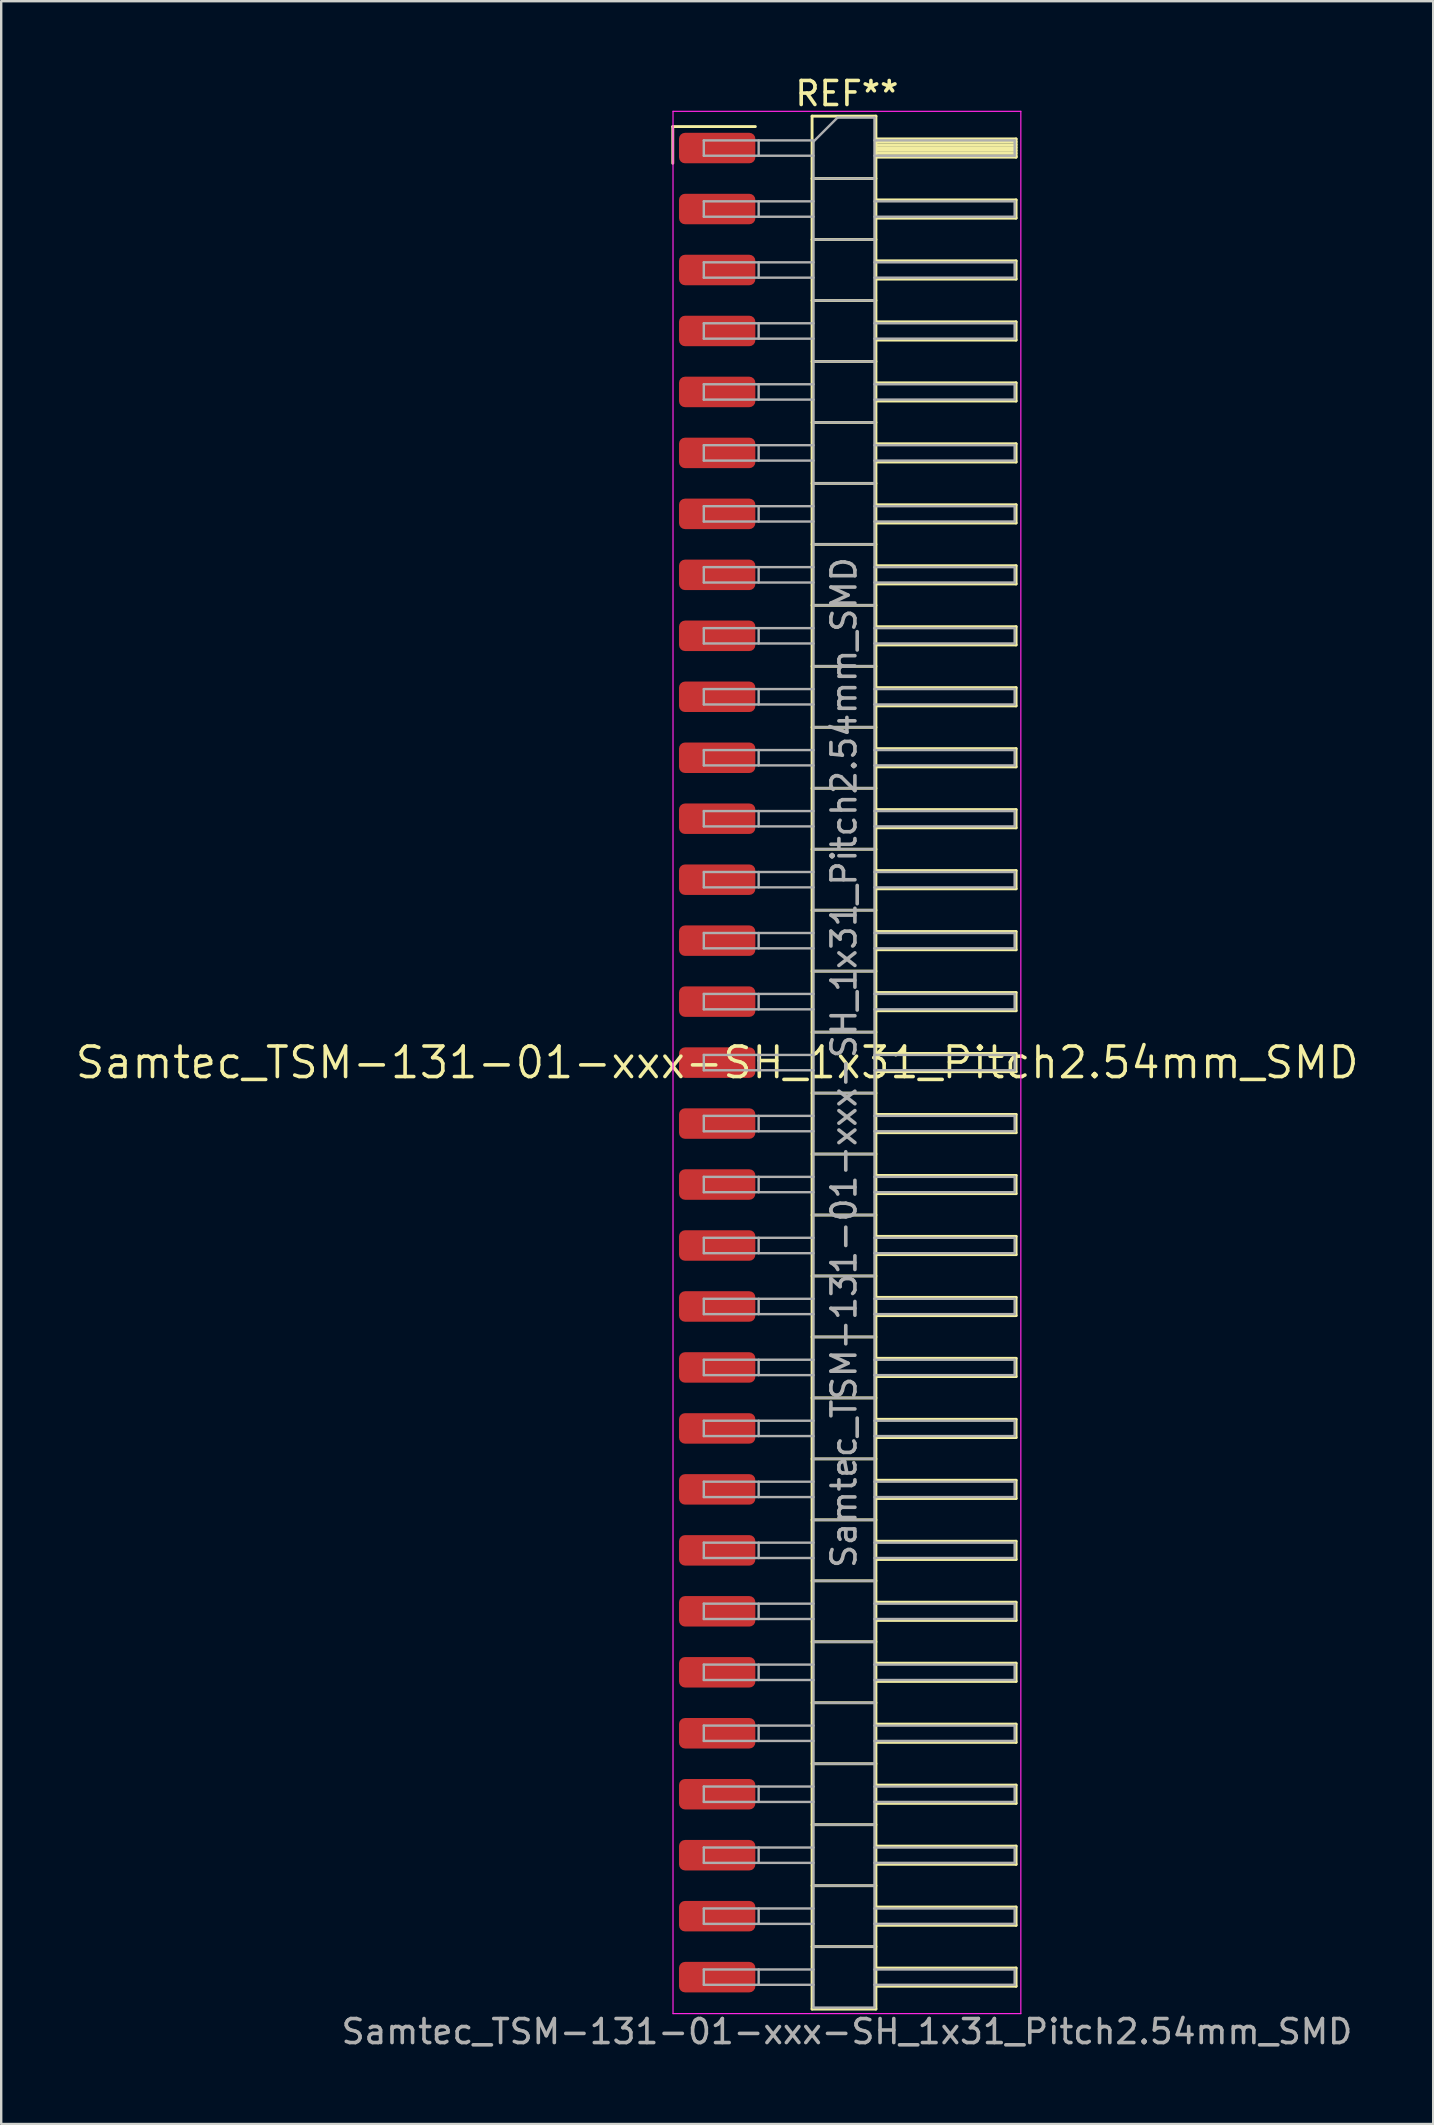
<source format=kicad_pcb>
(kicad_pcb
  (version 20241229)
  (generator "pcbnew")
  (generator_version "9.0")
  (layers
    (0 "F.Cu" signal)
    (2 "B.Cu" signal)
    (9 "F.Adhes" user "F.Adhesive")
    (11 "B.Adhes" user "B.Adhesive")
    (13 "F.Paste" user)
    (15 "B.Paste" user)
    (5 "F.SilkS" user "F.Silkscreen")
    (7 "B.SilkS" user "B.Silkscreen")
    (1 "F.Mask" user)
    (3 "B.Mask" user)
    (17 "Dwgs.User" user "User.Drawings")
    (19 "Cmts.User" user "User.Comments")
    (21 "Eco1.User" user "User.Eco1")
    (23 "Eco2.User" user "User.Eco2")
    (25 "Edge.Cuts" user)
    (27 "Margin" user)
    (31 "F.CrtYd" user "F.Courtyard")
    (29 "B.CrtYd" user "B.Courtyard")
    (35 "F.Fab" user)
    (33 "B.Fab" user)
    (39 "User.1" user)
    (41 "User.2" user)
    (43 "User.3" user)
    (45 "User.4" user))
  (footprint "Samtec_TSM-131-01-xxx-SH_1x31_Pitch2.54mm_SMD"
    (layer "F.Cu")
    (at 26.828 41.218)
    (property "Reference" "Samtec_TSM-131-01-xxx-SH_1x31_Pitch2.54mm_SMD" (at 0 0 0) (layer "F.SilkS") (effects (font (size 1.27 1.27) (thickness 0.15))))
    (attr smd)
    (fp_line (start -1.85 -38.995) (end 1.59 -38.995) (stroke (width 0.12) (type solid)) (layer "F.SilkS"))
    (fp_line (start -1.85 -37.465) (end -1.85 -38.995) (stroke (width 0.12) (type solid)) (layer "F.SilkS"))
    (fp_line (start 3.953 -39.43) (end 6.613 -39.43) (stroke (width 0.12) (type solid)) (layer "F.SilkS"))
    (fp_line (start 3.953 -36.83) (end 6.613 -36.83) (stroke (width 0.12) (type solid)) (layer "F.SilkS"))
    (fp_line (start 3.953 -34.29) (end 6.613 -34.29) (stroke (width 0.12) (type solid)) (layer "F.SilkS"))
    (fp_line (start 3.953 -31.75) (end 6.613 -31.75) (stroke (width 0.12) (type solid)) (layer "F.SilkS"))
    (fp_line (start 3.953 -29.21) (end 6.613 -29.21) (stroke (width 0.12) (type solid)) (layer "F.SilkS"))
    (fp_line (start 3.953 -26.67) (end 6.613 -26.67) (stroke (width 0.12) (type solid)) (layer "F.SilkS"))
    (fp_line (start 3.953 -24.13) (end 6.613 -24.13) (stroke (width 0.12) (type solid)) (layer "F.SilkS"))
    (fp_line (start 3.953 -21.59) (end 6.613 -21.59) (stroke (width 0.12) (type solid)) (layer "F.SilkS"))
    (fp_line (start 3.953 -19.05) (end 6.613 -19.05) (stroke (width 0.12) (type solid)) (layer "F.SilkS"))
    (fp_line (start 3.953 -16.51) (end 6.613 -16.51) (stroke (width 0.12) (type solid)) (layer "F.SilkS"))
    (fp_line (start 3.953 -13.97) (end 6.613 -13.97) (stroke (width 0.12) (type solid)) (layer "F.SilkS"))
    (fp_line (start 3.953 -11.43) (end 6.613 -11.43) (stroke (width 0.12) (type solid)) (layer "F.SilkS"))
    (fp_line (start 3.953 -8.89) (end 6.613 -8.89) (stroke (width 0.12) (type solid)) (layer "F.SilkS"))
    (fp_line (start 3.953 -6.35) (end 6.613 -6.35) (stroke (width 0.12) (type solid)) (layer "F.SilkS"))
    (fp_line (start 3.953 -3.81) (end 6.613 -3.81) (stroke (width 0.12) (type solid)) (layer "F.SilkS"))
    (fp_line (start 3.953 -1.27) (end 6.613 -1.27) (stroke (width 0.12) (type solid)) (layer "F.SilkS"))
    (fp_line (start 3.953 1.27) (end 6.613 1.27) (stroke (width 0.12) (type solid)) (layer "F.SilkS"))
    (fp_line (start 3.953 3.81) (end 6.613 3.81) (stroke (width 0.12) (type solid)) (layer "F.SilkS"))
    (fp_line (start 3.953 6.35) (end 6.613 6.35) (stroke (width 0.12) (type solid)) (layer "F.SilkS"))
    (fp_line (start 3.953 8.89) (end 6.613 8.89) (stroke (width 0.12) (type solid)) (layer "F.SilkS"))
    (fp_line (start 3.953 11.43) (end 6.613 11.43) (stroke (width 0.12) (type solid)) (layer "F.SilkS"))
    (fp_line (start 3.953 13.97) (end 6.613 13.97) (stroke (width 0.12) (type solid)) (layer "F.SilkS"))
    (fp_line (start 3.953 16.51) (end 6.613 16.51) (stroke (width 0.12) (type solid)) (layer "F.SilkS"))
    (fp_line (start 3.953 19.05) (end 6.613 19.05) (stroke (width 0.12) (type solid)) (layer "F.SilkS"))
    (fp_line (start 3.953 21.59) (end 6.613 21.59) (stroke (width 0.12) (type solid)) (layer "F.SilkS"))
    (fp_line (start 3.953 24.13) (end 6.613 24.13) (stroke (width 0.12) (type solid)) (layer "F.SilkS"))
    (fp_line (start 3.953 26.67) (end 6.613 26.67) (stroke (width 0.12) (type solid)) (layer "F.SilkS"))
    (fp_line (start 3.953 29.21) (end 6.613 29.21) (stroke (width 0.12) (type solid)) (layer "F.SilkS"))
    (fp_line (start 3.953 31.75) (end 6.613 31.75) (stroke (width 0.12) (type solid)) (layer "F.SilkS"))
    (fp_line (start 3.953 34.29) (end 6.613 34.29) (stroke (width 0.12) (type solid)) (layer "F.SilkS"))
    (fp_line (start 3.953 36.83) (end 6.613 36.83) (stroke (width 0.12) (type solid)) (layer "F.SilkS"))
    (fp_line (start 3.953 39.43) (end 3.953 -39.43) (stroke (width 0.12) (type solid)) (layer "F.SilkS"))
    (fp_line (start 6.613 -39.43) (end 6.613 39.43) (stroke (width 0.12) (type solid)) (layer "F.SilkS"))
    (fp_line (start 6.613 -38.48) (end 12.453 -38.48) (stroke (width 0.12) (type solid)) (layer "F.SilkS"))
    (fp_line (start 6.613 -38.36) (end 12.453 -38.36) (stroke (width 0.12) (type solid)) (layer "F.SilkS"))
    (fp_line (start 6.613 -38.24) (end 12.453 -38.24) (stroke (width 0.12) (type solid)) (layer "F.SilkS"))
    (fp_line (start 6.613 -38.12) (end 12.453 -38.12) (stroke (width 0.12) (type solid)) (layer "F.SilkS"))
    (fp_line (start 6.613 -38) (end 12.453 -38) (stroke (width 0.12) (type solid)) (layer "F.SilkS"))
    (fp_line (start 6.613 -37.88) (end 12.453 -37.88) (stroke (width 0.12) (type solid)) (layer "F.SilkS"))
    (fp_line (start 6.613 -37.76) (end 12.453 -37.76) (stroke (width 0.12) (type solid)) (layer "F.SilkS"))
    (fp_line (start 6.613 -37.72) (end 12.453 -37.72) (stroke (width 0.12) (type solid)) (layer "F.SilkS"))
    (fp_line (start 6.613 -35.94) (end 12.453 -35.94) (stroke (width 0.12) (type solid)) (layer "F.SilkS"))
    (fp_line (start 6.613 -35.18) (end 12.453 -35.18) (stroke (width 0.12) (type solid)) (layer "F.SilkS"))
    (fp_line (start 6.613 -33.4) (end 12.453 -33.4) (stroke (width 0.12) (type solid)) (layer "F.SilkS"))
    (fp_line (start 6.613 -32.64) (end 12.453 -32.64) (stroke (width 0.12) (type solid)) (layer "F.SilkS"))
    (fp_line (start 6.613 -30.86) (end 12.453 -30.86) (stroke (width 0.12) (type solid)) (layer "F.SilkS"))
    (fp_line (start 6.613 -30.1) (end 12.453 -30.1) (stroke (width 0.12) (type solid)) (layer "F.SilkS"))
    (fp_line (start 6.613 -28.32) (end 12.453 -28.32) (stroke (width 0.12) (type solid)) (layer "F.SilkS"))
    (fp_line (start 6.613 -27.56) (end 12.453 -27.56) (stroke (width 0.12) (type solid)) (layer "F.SilkS"))
    (fp_line (start 6.613 -25.78) (end 12.453 -25.78) (stroke (width 0.12) (type solid)) (layer "F.SilkS"))
    (fp_line (start 6.613 -25.02) (end 12.453 -25.02) (stroke (width 0.12) (type solid)) (layer "F.SilkS"))
    (fp_line (start 6.613 -23.24) (end 12.453 -23.24) (stroke (width 0.12) (type solid)) (layer "F.SilkS"))
    (fp_line (start 6.613 -22.48) (end 12.453 -22.48) (stroke (width 0.12) (type solid)) (layer "F.SilkS"))
    (fp_line (start 6.613 -20.7) (end 12.453 -20.7) (stroke (width 0.12) (type solid)) (layer "F.SilkS"))
    (fp_line (start 6.613 -19.94) (end 12.453 -19.94) (stroke (width 0.12) (type solid)) (layer "F.SilkS"))
    (fp_line (start 6.613 -18.16) (end 12.453 -18.16) (stroke (width 0.12) (type solid)) (layer "F.SilkS"))
    (fp_line (start 6.613 -17.4) (end 12.453 -17.4) (stroke (width 0.12) (type solid)) (layer "F.SilkS"))
    (fp_line (start 6.613 -15.62) (end 12.453 -15.62) (stroke (width 0.12) (type solid)) (layer "F.SilkS"))
    (fp_line (start 6.613 -14.86) (end 12.453 -14.86) (stroke (width 0.12) (type solid)) (layer "F.SilkS"))
    (fp_line (start 6.613 -13.08) (end 12.453 -13.08) (stroke (width 0.12) (type solid)) (layer "F.SilkS"))
    (fp_line (start 6.613 -12.32) (end 12.453 -12.32) (stroke (width 0.12) (type solid)) (layer "F.SilkS"))
    (fp_line (start 6.613 -10.54) (end 12.453 -10.54) (stroke (width 0.12) (type solid)) (layer "F.SilkS"))
    (fp_line (start 6.613 -9.78) (end 12.453 -9.78) (stroke (width 0.12) (type solid)) (layer "F.SilkS"))
    (fp_line (start 6.613 -8) (end 12.453 -8) (stroke (width 0.12) (type solid)) (layer "F.SilkS"))
    (fp_line (start 6.613 -7.24) (end 12.453 -7.24) (stroke (width 0.12) (type solid)) (layer "F.SilkS"))
    (fp_line (start 6.613 -5.46) (end 12.453 -5.46) (stroke (width 0.12) (type solid)) (layer "F.SilkS"))
    (fp_line (start 6.613 -4.7) (end 12.453 -4.7) (stroke (width 0.12) (type solid)) (layer "F.SilkS"))
    (fp_line (start 6.613 -2.92) (end 12.453 -2.92) (stroke (width 0.12) (type solid)) (layer "F.SilkS"))
    (fp_line (start 6.613 -2.16) (end 12.453 -2.16) (stroke (width 0.12) (type solid)) (layer "F.SilkS"))
    (fp_line (start 6.613 -0.38) (end 12.453 -0.38) (stroke (width 0.12) (type solid)) (layer "F.SilkS"))
    (fp_line (start 6.613 0.38) (end 12.453 0.38) (stroke (width 0.12) (type solid)) (layer "F.SilkS"))
    (fp_line (start 6.613 2.16) (end 12.453 2.16) (stroke (width 0.12) (type solid)) (layer "F.SilkS"))
    (fp_line (start 6.613 2.92) (end 12.453 2.92) (stroke (width 0.12) (type solid)) (layer "F.SilkS"))
    (fp_line (start 6.613 4.7) (end 12.453 4.7) (stroke (width 0.12) (type solid)) (layer "F.SilkS"))
    (fp_line (start 6.613 5.46) (end 12.453 5.46) (stroke (width 0.12) (type solid)) (layer "F.SilkS"))
    (fp_line (start 6.613 7.24) (end 12.453 7.24) (stroke (width 0.12) (type solid)) (layer "F.SilkS"))
    (fp_line (start 6.613 8) (end 12.453 8) (stroke (width 0.12) (type solid)) (layer "F.SilkS"))
    (fp_line (start 6.613 9.78) (end 12.453 9.78) (stroke (width 0.12) (type solid)) (layer "F.SilkS"))
    (fp_line (start 6.613 10.54) (end 12.453 10.54) (stroke (width 0.12) (type solid)) (layer "F.SilkS"))
    (fp_line (start 6.613 12.32) (end 12.453 12.32) (stroke (width 0.12) (type solid)) (layer "F.SilkS"))
    (fp_line (start 6.613 13.08) (end 12.453 13.08) (stroke (width 0.12) (type solid)) (layer "F.SilkS"))
    (fp_line (start 6.613 14.86) (end 12.453 14.86) (stroke (width 0.12) (type solid)) (layer "F.SilkS"))
    (fp_line (start 6.613 15.62) (end 12.453 15.62) (stroke (width 0.12) (type solid)) (layer "F.SilkS"))
    (fp_line (start 6.613 17.4) (end 12.453 17.4) (stroke (width 0.12) (type solid)) (layer "F.SilkS"))
    (fp_line (start 6.613 18.16) (end 12.453 18.16) (stroke (width 0.12) (type solid)) (layer "F.SilkS"))
    (fp_line (start 6.613 19.94) (end 12.453 19.94) (stroke (width 0.12) (type solid)) (layer "F.SilkS"))
    (fp_line (start 6.613 20.7) (end 12.453 20.7) (stroke (width 0.12) (type solid)) (layer "F.SilkS"))
    (fp_line (start 6.613 22.48) (end 12.453 22.48) (stroke (width 0.12) (type solid)) (layer "F.SilkS"))
    (fp_line (start 6.613 23.24) (end 12.453 23.24) (stroke (width 0.12) (type solid)) (layer "F.SilkS"))
    (fp_line (start 6.613 25.02) (end 12.453 25.02) (stroke (width 0.12) (type solid)) (layer "F.SilkS"))
    (fp_line (start 6.613 25.78) (end 12.453 25.78) (stroke (width 0.12) (type solid)) (layer "F.SilkS"))
    (fp_line (start 6.613 27.56) (end 12.453 27.56) (stroke (width 0.12) (type solid)) (layer "F.SilkS"))
    (fp_line (start 6.613 28.32) (end 12.453 28.32) (stroke (width 0.12) (type solid)) (layer "F.SilkS"))
    (fp_line (start 6.613 30.1) (end 12.453 30.1) (stroke (width 0.12) (type solid)) (layer "F.SilkS"))
    (fp_line (start 6.613 30.86) (end 12.453 30.86) (stroke (width 0.12) (type solid)) (layer "F.SilkS"))
    (fp_line (start 6.613 32.64) (end 12.453 32.64) (stroke (width 0.12) (type solid)) (layer "F.SilkS"))
    (fp_line (start 6.613 33.4) (end 12.453 33.4) (stroke (width 0.12) (type solid)) (layer "F.SilkS"))
    (fp_line (start 6.613 35.18) (end 12.453 35.18) (stroke (width 0.12) (type solid)) (layer "F.SilkS"))
    (fp_line (start 6.613 35.94) (end 12.453 35.94) (stroke (width 0.12) (type solid)) (layer "F.SilkS"))
    (fp_line (start 6.613 37.72) (end 12.453 37.72) (stroke (width 0.12) (type solid)) (layer "F.SilkS"))
    (fp_line (start 6.613 38.48) (end 12.453 38.48) (stroke (width 0.12) (type solid)) (layer "F.SilkS"))
    (fp_line (start 6.613 39.43) (end 3.953 39.43) (stroke (width 0.12) (type solid)) (layer "F.SilkS"))
    (fp_line (start 12.453 -38.48) (end 12.453 -37.72) (stroke (width 0.12) (type solid)) (layer "F.SilkS"))
    (fp_line (start 12.453 -35.94) (end 12.453 -35.18) (stroke (width 0.12) (type solid)) (layer "F.SilkS"))
    (fp_line (start 12.453 -33.4) (end 12.453 -32.64) (stroke (width 0.12) (type solid)) (layer "F.SilkS"))
    (fp_line (start 12.453 -30.86) (end 12.453 -30.1) (stroke (width 0.12) (type solid)) (layer "F.SilkS"))
    (fp_line (start 12.453 -28.32) (end 12.453 -27.56) (stroke (width 0.12) (type solid)) (layer "F.SilkS"))
    (fp_line (start 12.453 -25.78) (end 12.453 -25.02) (stroke (width 0.12) (type solid)) (layer "F.SilkS"))
    (fp_line (start 12.453 -23.24) (end 12.453 -22.48) (stroke (width 0.12) (type solid)) (layer "F.SilkS"))
    (fp_line (start 12.453 -20.7) (end 12.453 -19.94) (stroke (width 0.12) (type solid)) (layer "F.SilkS"))
    (fp_line (start 12.453 -18.16) (end 12.453 -17.4) (stroke (width 0.12) (type solid)) (layer "F.SilkS"))
    (fp_line (start 12.453 -15.62) (end 12.453 -14.86) (stroke (width 0.12) (type solid)) (layer "F.SilkS"))
    (fp_line (start 12.453 -13.08) (end 12.453 -12.32) (stroke (width 0.12) (type solid)) (layer "F.SilkS"))
    (fp_line (start 12.453 -10.54) (end 12.453 -9.78) (stroke (width 0.12) (type solid)) (layer "F.SilkS"))
    (fp_line (start 12.453 -8) (end 12.453 -7.24) (stroke (width 0.12) (type solid)) (layer "F.SilkS"))
    (fp_line (start 12.453 -5.46) (end 12.453 -4.7) (stroke (width 0.12) (type solid)) (layer "F.SilkS"))
    (fp_line (start 12.453 -2.92) (end 12.453 -2.16) (stroke (width 0.12) (type solid)) (layer "F.SilkS"))
    (fp_line (start 12.453 -0.38) (end 12.453 0.38) (stroke (width 0.12) (type solid)) (layer "F.SilkS"))
    (fp_line (start 12.453 2.16) (end 12.453 2.92) (stroke (width 0.12) (type solid)) (layer "F.SilkS"))
    (fp_line (start 12.453 4.7) (end 12.453 5.46) (stroke (width 0.12) (type solid)) (layer "F.SilkS"))
    (fp_line (start 12.453 7.24) (end 12.453 8) (stroke (width 0.12) (type solid)) (layer "F.SilkS"))
    (fp_line (start 12.453 9.78) (end 12.453 10.54) (stroke (width 0.12) (type solid)) (layer "F.SilkS"))
    (fp_line (start 12.453 12.32) (end 12.453 13.08) (stroke (width 0.12) (type solid)) (layer "F.SilkS"))
    (fp_line (start 12.453 14.86) (end 12.453 15.62) (stroke (width 0.12) (type solid)) (layer "F.SilkS"))
    (fp_line (start 12.453 17.4) (end 12.453 18.16) (stroke (width 0.12) (type solid)) (layer "F.SilkS"))
    (fp_line (start 12.453 19.94) (end 12.453 20.7) (stroke (width 0.12) (type solid)) (layer "F.SilkS"))
    (fp_line (start 12.453 22.48) (end 12.453 23.24) (stroke (width 0.12) (type solid)) (layer "F.SilkS"))
    (fp_line (start 12.453 25.02) (end 12.453 25.78) (stroke (width 0.12) (type solid)) (layer "F.SilkS"))
    (fp_line (start 12.453 27.56) (end 12.453 28.32) (stroke (width 0.12) (type solid)) (layer "F.SilkS"))
    (fp_line (start 12.453 30.1) (end 12.453 30.86) (stroke (width 0.12) (type solid)) (layer "F.SilkS"))
    (fp_line (start 12.453 32.64) (end 12.453 33.4) (stroke (width 0.12) (type solid)) (layer "F.SilkS"))
    (fp_line (start 12.453 35.18) (end 12.453 35.94) (stroke (width 0.12) (type solid)) (layer "F.SilkS"))
    (fp_line (start 12.453 37.72) (end 12.453 38.48) (stroke (width 0.12) (type solid)) (layer "F.SilkS"))
    (fp_line (start -1.84 -39.63) (end 12.65 -39.63) (stroke (width 0.05) (type solid)) (layer "F.CrtYd"))
    (fp_line (start -1.84 39.62) (end -1.84 -39.63) (stroke (width 0.05) (type solid)) (layer "F.CrtYd"))
    (fp_line (start 12.65 -39.63) (end 12.65 39.62) (stroke (width 0.05) (type solid)) (layer "F.CrtYd"))
    (fp_line (start 12.65 39.62) (end -1.84 39.62) (stroke (width 0.05) (type solid)) (layer "F.CrtYd"))
    (fp_line (start -0.557 -38.42) (end -0.557 -37.78) (stroke (width 0.1) (type solid)) (layer "F.Fab"))
    (fp_line (start -0.557 -38.42) (end 4.013 -38.42) (stroke (width 0.1) (type solid)) (layer "F.Fab"))
    (fp_line (start -0.557 -37.78) (end 4.013 -37.78) (stroke (width 0.1) (type solid)) (layer "F.Fab"))
    (fp_line (start -0.557 -35.88) (end -0.557 -35.24) (stroke (width 0.1) (type solid)) (layer "F.Fab"))
    (fp_line (start -0.557 -35.88) (end 4.013 -35.88) (stroke (width 0.1) (type solid)) (layer "F.Fab"))
    (fp_line (start -0.557 -35.24) (end 4.013 -35.24) (stroke (width 0.1) (type solid)) (layer "F.Fab"))
    (fp_line (start -0.557 -33.34) (end -0.557 -32.7) (stroke (width 0.1) (type solid)) (layer "F.Fab"))
    (fp_line (start -0.557 -33.34) (end 4.013 -33.34) (stroke (width 0.1) (type solid)) (layer "F.Fab"))
    (fp_line (start -0.557 -32.7) (end 4.013 -32.7) (stroke (width 0.1) (type solid)) (layer "F.Fab"))
    (fp_line (start -0.557 -30.8) (end -0.557 -30.16) (stroke (width 0.1) (type solid)) (layer "F.Fab"))
    (fp_line (start -0.557 -30.8) (end 4.013 -30.8) (stroke (width 0.1) (type solid)) (layer "F.Fab"))
    (fp_line (start -0.557 -30.16) (end 4.013 -30.16) (stroke (width 0.1) (type solid)) (layer "F.Fab"))
    (fp_line (start -0.557 -28.26) (end -0.557 -27.62) (stroke (width 0.1) (type solid)) (layer "F.Fab"))
    (fp_line (start -0.557 -28.26) (end 4.013 -28.26) (stroke (width 0.1) (type solid)) (layer "F.Fab"))
    (fp_line (start -0.557 -27.62) (end 4.013 -27.62) (stroke (width 0.1) (type solid)) (layer "F.Fab"))
    (fp_line (start -0.557 -25.72) (end -0.557 -25.08) (stroke (width 0.1) (type solid)) (layer "F.Fab"))
    (fp_line (start -0.557 -25.72) (end 4.013 -25.72) (stroke (width 0.1) (type solid)) (layer "F.Fab"))
    (fp_line (start -0.557 -25.08) (end 4.013 -25.08) (stroke (width 0.1) (type solid)) (layer "F.Fab"))
    (fp_line (start -0.557 -23.18) (end -0.557 -22.54) (stroke (width 0.1) (type solid)) (layer "F.Fab"))
    (fp_line (start -0.557 -23.18) (end 4.013 -23.18) (stroke (width 0.1) (type solid)) (layer "F.Fab"))
    (fp_line (start -0.557 -22.54) (end 4.013 -22.54) (stroke (width 0.1) (type solid)) (layer "F.Fab"))
    (fp_line (start -0.557 -20.64) (end -0.557 -20) (stroke (width 0.1) (type solid)) (layer "F.Fab"))
    (fp_line (start -0.557 -20.64) (end 4.013 -20.64) (stroke (width 0.1) (type solid)) (layer "F.Fab"))
    (fp_line (start -0.557 -20) (end 4.013 -20) (stroke (width 0.1) (type solid)) (layer "F.Fab"))
    (fp_line (start -0.557 -18.1) (end -0.557 -17.46) (stroke (width 0.1) (type solid)) (layer "F.Fab"))
    (fp_line (start -0.557 -18.1) (end 4.013 -18.1) (stroke (width 0.1) (type solid)) (layer "F.Fab"))
    (fp_line (start -0.557 -17.46) (end 4.013 -17.46) (stroke (width 0.1) (type solid)) (layer "F.Fab"))
    (fp_line (start -0.557 -15.56) (end -0.557 -14.92) (stroke (width 0.1) (type solid)) (layer "F.Fab"))
    (fp_line (start -0.557 -15.56) (end 4.013 -15.56) (stroke (width 0.1) (type solid)) (layer "F.Fab"))
    (fp_line (start -0.557 -14.92) (end 4.013 -14.92) (stroke (width 0.1) (type solid)) (layer "F.Fab"))
    (fp_line (start -0.557 -13.02) (end -0.557 -12.38) (stroke (width 0.1) (type solid)) (layer "F.Fab"))
    (fp_line (start -0.557 -13.02) (end 4.013 -13.02) (stroke (width 0.1) (type solid)) (layer "F.Fab"))
    (fp_line (start -0.557 -12.38) (end 4.013 -12.38) (stroke (width 0.1) (type solid)) (layer "F.Fab"))
    (fp_line (start -0.557 -10.48) (end -0.557 -9.84) (stroke (width 0.1) (type solid)) (layer "F.Fab"))
    (fp_line (start -0.557 -10.48) (end 4.013 -10.48) (stroke (width 0.1) (type solid)) (layer "F.Fab"))
    (fp_line (start -0.557 -9.84) (end 4.013 -9.84) (stroke (width 0.1) (type solid)) (layer "F.Fab"))
    (fp_line (start -0.557 -7.94) (end -0.557 -7.3) (stroke (width 0.1) (type solid)) (layer "F.Fab"))
    (fp_line (start -0.557 -7.94) (end 4.013 -7.94) (stroke (width 0.1) (type solid)) (layer "F.Fab"))
    (fp_line (start -0.557 -7.3) (end 4.013 -7.3) (stroke (width 0.1) (type solid)) (layer "F.Fab"))
    (fp_line (start -0.557 -5.4) (end -0.557 -4.76) (stroke (width 0.1) (type solid)) (layer "F.Fab"))
    (fp_line (start -0.557 -5.4) (end 4.013 -5.4) (stroke (width 0.1) (type solid)) (layer "F.Fab"))
    (fp_line (start -0.557 -4.76) (end 4.013 -4.76) (stroke (width 0.1) (type solid)) (layer "F.Fab"))
    (fp_line (start -0.557 -2.86) (end -0.557 -2.22) (stroke (width 0.1) (type solid)) (layer "F.Fab"))
    (fp_line (start -0.557 -2.86) (end 4.013 -2.86) (stroke (width 0.1) (type solid)) (layer "F.Fab"))
    (fp_line (start -0.557 -2.22) (end 4.013 -2.22) (stroke (width 0.1) (type solid)) (layer "F.Fab"))
    (fp_line (start -0.557 -0.32) (end -0.557 0.32) (stroke (width 0.1) (type solid)) (layer "F.Fab"))
    (fp_line (start -0.557 -0.32) (end 4.013 -0.32) (stroke (width 0.1) (type solid)) (layer "F.Fab"))
    (fp_line (start -0.557 0.32) (end 4.013 0.32) (stroke (width 0.1) (type solid)) (layer "F.Fab"))
    (fp_line (start -0.557 2.22) (end -0.557 2.86) (stroke (width 0.1) (type solid)) (layer "F.Fab"))
    (fp_line (start -0.557 2.22) (end 4.013 2.22) (stroke (width 0.1) (type solid)) (layer "F.Fab"))
    (fp_line (start -0.557 2.86) (end 4.013 2.86) (stroke (width 0.1) (type solid)) (layer "F.Fab"))
    (fp_line (start -0.557 4.76) (end -0.557 5.4) (stroke (width 0.1) (type solid)) (layer "F.Fab"))
    (fp_line (start -0.557 4.76) (end 4.013 4.76) (stroke (width 0.1) (type solid)) (layer "F.Fab"))
    (fp_line (start -0.557 5.4) (end 4.013 5.4) (stroke (width 0.1) (type solid)) (layer "F.Fab"))
    (fp_line (start -0.557 7.3) (end -0.557 7.94) (stroke (width 0.1) (type solid)) (layer "F.Fab"))
    (fp_line (start -0.557 7.3) (end 4.013 7.3) (stroke (width 0.1) (type solid)) (layer "F.Fab"))
    (fp_line (start -0.557 7.94) (end 4.013 7.94) (stroke (width 0.1) (type solid)) (layer "F.Fab"))
    (fp_line (start -0.557 9.84) (end -0.557 10.48) (stroke (width 0.1) (type solid)) (layer "F.Fab"))
    (fp_line (start -0.557 9.84) (end 4.013 9.84) (stroke (width 0.1) (type solid)) (layer "F.Fab"))
    (fp_line (start -0.557 10.48) (end 4.013 10.48) (stroke (width 0.1) (type solid)) (layer "F.Fab"))
    (fp_line (start -0.557 12.38) (end -0.557 13.02) (stroke (width 0.1) (type solid)) (layer "F.Fab"))
    (fp_line (start -0.557 12.38) (end 4.013 12.38) (stroke (width 0.1) (type solid)) (layer "F.Fab"))
    (fp_line (start -0.557 13.02) (end 4.013 13.02) (stroke (width 0.1) (type solid)) (layer "F.Fab"))
    (fp_line (start -0.557 14.92) (end -0.557 15.56) (stroke (width 0.1) (type solid)) (layer "F.Fab"))
    (fp_line (start -0.557 14.92) (end 4.013 14.92) (stroke (width 0.1) (type solid)) (layer "F.Fab"))
    (fp_line (start -0.557 15.56) (end 4.013 15.56) (stroke (width 0.1) (type solid)) (layer "F.Fab"))
    (fp_line (start -0.557 17.46) (end -0.557 18.1) (stroke (width 0.1) (type solid)) (layer "F.Fab"))
    (fp_line (start -0.557 17.46) (end 4.013 17.46) (stroke (width 0.1) (type solid)) (layer "F.Fab"))
    (fp_line (start -0.557 18.1) (end 4.013 18.1) (stroke (width 0.1) (type solid)) (layer "F.Fab"))
    (fp_line (start -0.557 20) (end -0.557 20.64) (stroke (width 0.1) (type solid)) (layer "F.Fab"))
    (fp_line (start -0.557 20) (end 4.013 20) (stroke (width 0.1) (type solid)) (layer "F.Fab"))
    (fp_line (start -0.557 20.64) (end 4.013 20.64) (stroke (width 0.1) (type solid)) (layer "F.Fab"))
    (fp_line (start -0.557 22.54) (end -0.557 23.18) (stroke (width 0.1) (type solid)) (layer "F.Fab"))
    (fp_line (start -0.557 22.54) (end 4.013 22.54) (stroke (width 0.1) (type solid)) (layer "F.Fab"))
    (fp_line (start -0.557 23.18) (end 4.013 23.18) (stroke (width 0.1) (type solid)) (layer "F.Fab"))
    (fp_line (start -0.557 25.08) (end -0.557 25.72) (stroke (width 0.1) (type solid)) (layer "F.Fab"))
    (fp_line (start -0.557 25.08) (end 4.013 25.08) (stroke (width 0.1) (type solid)) (layer "F.Fab"))
    (fp_line (start -0.557 25.72) (end 4.013 25.72) (stroke (width 0.1) (type solid)) (layer "F.Fab"))
    (fp_line (start -0.557 27.62) (end -0.557 28.26) (stroke (width 0.1) (type solid)) (layer "F.Fab"))
    (fp_line (start -0.557 27.62) (end 4.013 27.62) (stroke (width 0.1) (type solid)) (layer "F.Fab"))
    (fp_line (start -0.557 28.26) (end 4.013 28.26) (stroke (width 0.1) (type solid)) (layer "F.Fab"))
    (fp_line (start -0.557 30.16) (end -0.557 30.8) (stroke (width 0.1) (type solid)) (layer "F.Fab"))
    (fp_line (start -0.557 30.16) (end 4.013 30.16) (stroke (width 0.1) (type solid)) (layer "F.Fab"))
    (fp_line (start -0.557 30.8) (end 4.013 30.8) (stroke (width 0.1) (type solid)) (layer "F.Fab"))
    (fp_line (start -0.557 32.7) (end -0.557 33.34) (stroke (width 0.1) (type solid)) (layer "F.Fab"))
    (fp_line (start -0.557 32.7) (end 4.013 32.7) (stroke (width 0.1) (type solid)) (layer "F.Fab"))
    (fp_line (start -0.557 33.34) (end 4.013 33.34) (stroke (width 0.1) (type solid)) (layer "F.Fab"))
    (fp_line (start -0.557 35.24) (end -0.557 35.88) (stroke (width 0.1) (type solid)) (layer "F.Fab"))
    (fp_line (start -0.557 35.24) (end 4.013 35.24) (stroke (width 0.1) (type solid)) (layer "F.Fab"))
    (fp_line (start -0.557 35.88) (end 4.013 35.88) (stroke (width 0.1) (type solid)) (layer "F.Fab"))
    (fp_line (start -0.557 37.78) (end -0.557 38.42) (stroke (width 0.1) (type solid)) (layer "F.Fab"))
    (fp_line (start -0.557 37.78) (end 4.013 37.78) (stroke (width 0.1) (type solid)) (layer "F.Fab"))
    (fp_line (start -0.557 38.42) (end 4.013 38.42) (stroke (width 0.1) (type solid)) (layer "F.Fab"))
    (fp_line (start 1.728 -38.42) (end 1.728 -37.78) (stroke (width 0.1) (type solid)) (layer "F.Fab"))
    (fp_line (start 1.728 -35.88) (end 1.728 -35.24) (stroke (width 0.1) (type solid)) (layer "F.Fab"))
    (fp_line (start 1.728 -33.34) (end 1.728 -32.7) (stroke (width 0.1) (type solid)) (layer "F.Fab"))
    (fp_line (start 1.728 -30.8) (end 1.728 -30.16) (stroke (width 0.1) (type solid)) (layer "F.Fab"))
    (fp_line (start 1.728 -28.26) (end 1.728 -27.62) (stroke (width 0.1) (type solid)) (layer "F.Fab"))
    (fp_line (start 1.728 -25.72) (end 1.728 -25.08) (stroke (width 0.1) (type solid)) (layer "F.Fab"))
    (fp_line (start 1.728 -23.18) (end 1.728 -22.54) (stroke (width 0.1) (type solid)) (layer "F.Fab"))
    (fp_line (start 1.728 -20.64) (end 1.728 -20) (stroke (width 0.1) (type solid)) (layer "F.Fab"))
    (fp_line (start 1.728 -18.1) (end 1.728 -17.46) (stroke (width 0.1) (type solid)) (layer "F.Fab"))
    (fp_line (start 1.728 -15.56) (end 1.728 -14.92) (stroke (width 0.1) (type solid)) (layer "F.Fab"))
    (fp_line (start 1.728 -13.02) (end 1.728 -12.38) (stroke (width 0.1) (type solid)) (layer "F.Fab"))
    (fp_line (start 1.728 -10.48) (end 1.728 -9.84) (stroke (width 0.1) (type solid)) (layer "F.Fab"))
    (fp_line (start 1.728 -7.94) (end 1.728 -7.3) (stroke (width 0.1) (type solid)) (layer "F.Fab"))
    (fp_line (start 1.728 -5.4) (end 1.728 -4.76) (stroke (width 0.1) (type solid)) (layer "F.Fab"))
    (fp_line (start 1.728 -2.86) (end 1.728 -2.22) (stroke (width 0.1) (type solid)) (layer "F.Fab"))
    (fp_line (start 1.728 -0.32) (end 1.728 0.32) (stroke (width 0.1) (type solid)) (layer "F.Fab"))
    (fp_line (start 1.728 2.22) (end 1.728 2.86) (stroke (width 0.1) (type solid)) (layer "F.Fab"))
    (fp_line (start 1.728 4.76) (end 1.728 5.4) (stroke (width 0.1) (type solid)) (layer "F.Fab"))
    (fp_line (start 1.728 7.3) (end 1.728 7.94) (stroke (width 0.1) (type solid)) (layer "F.Fab"))
    (fp_line (start 1.728 9.84) (end 1.728 10.48) (stroke (width 0.1) (type solid)) (layer "F.Fab"))
    (fp_line (start 1.728 12.38) (end 1.728 13.02) (stroke (width 0.1) (type solid)) (layer "F.Fab"))
    (fp_line (start 1.728 14.92) (end 1.728 15.56) (stroke (width 0.1) (type solid)) (layer "F.Fab"))
    (fp_line (start 1.728 17.46) (end 1.728 18.1) (stroke (width 0.1) (type solid)) (layer "F.Fab"))
    (fp_line (start 1.728 20) (end 1.728 20.64) (stroke (width 0.1) (type solid)) (layer "F.Fab"))
    (fp_line (start 1.728 22.54) (end 1.728 23.18) (stroke (width 0.1) (type solid)) (layer "F.Fab"))
    (fp_line (start 1.728 25.08) (end 1.728 25.72) (stroke (width 0.1) (type solid)) (layer "F.Fab"))
    (fp_line (start 1.728 27.62) (end 1.728 28.26) (stroke (width 0.1) (type solid)) (layer "F.Fab"))
    (fp_line (start 1.728 30.16) (end 1.728 30.8) (stroke (width 0.1) (type solid)) (layer "F.Fab"))
    (fp_line (start 1.728 32.7) (end 1.728 33.34) (stroke (width 0.1) (type solid)) (layer "F.Fab"))
    (fp_line (start 1.728 35.24) (end 1.728 35.88) (stroke (width 0.1) (type solid)) (layer "F.Fab"))
    (fp_line (start 1.728 37.78) (end 1.728 38.42) (stroke (width 0.1) (type solid)) (layer "F.Fab"))
    (fp_line (start 4.013 -38.37) (end 5.013 -39.37) (stroke (width 0.1) (type solid)) (layer "F.Fab"))
    (fp_line (start 4.013 -36.83) (end 6.553 -36.83) (stroke (width 0.1) (type solid)) (layer "F.Fab"))
    (fp_line (start 4.013 -34.29) (end 6.553 -34.29) (stroke (width 0.1) (type solid)) (layer "F.Fab"))
    (fp_line (start 4.013 -31.75) (end 6.553 -31.75) (stroke (width 0.1) (type solid)) (layer "F.Fab"))
    (fp_line (start 4.013 -29.21) (end 6.553 -29.21) (stroke (width 0.1) (type solid)) (layer "F.Fab"))
    (fp_line (start 4.013 -26.67) (end 6.553 -26.67) (stroke (width 0.1) (type solid)) (layer "F.Fab"))
    (fp_line (start 4.013 -24.13) (end 6.553 -24.13) (stroke (width 0.1) (type solid)) (layer "F.Fab"))
    (fp_line (start 4.013 -21.59) (end 6.553 -21.59) (stroke (width 0.1) (type solid)) (layer "F.Fab"))
    (fp_line (start 4.013 -19.05) (end 6.553 -19.05) (stroke (width 0.1) (type solid)) (layer "F.Fab"))
    (fp_line (start 4.013 -16.51) (end 6.553 -16.51) (stroke (width 0.1) (type solid)) (layer "F.Fab"))
    (fp_line (start 4.013 -13.97) (end 6.553 -13.97) (stroke (width 0.1) (type solid)) (layer "F.Fab"))
    (fp_line (start 4.013 -11.43) (end 6.553 -11.43) (stroke (width 0.1) (type solid)) (layer "F.Fab"))
    (fp_line (start 4.013 -8.89) (end 6.553 -8.89) (stroke (width 0.1) (type solid)) (layer "F.Fab"))
    (fp_line (start 4.013 -6.35) (end 6.553 -6.35) (stroke (width 0.1) (type solid)) (layer "F.Fab"))
    (fp_line (start 4.013 -3.81) (end 6.553 -3.81) (stroke (width 0.1) (type solid)) (layer "F.Fab"))
    (fp_line (start 4.013 -1.27) (end 6.553 -1.27) (stroke (width 0.1) (type solid)) (layer "F.Fab"))
    (fp_line (start 4.013 1.27) (end 6.553 1.27) (stroke (width 0.1) (type solid)) (layer "F.Fab"))
    (fp_line (start 4.013 3.81) (end 6.553 3.81) (stroke (width 0.1) (type solid)) (layer "F.Fab"))
    (fp_line (start 4.013 6.35) (end 6.553 6.35) (stroke (width 0.1) (type solid)) (layer "F.Fab"))
    (fp_line (start 4.013 8.89) (end 6.553 8.89) (stroke (width 0.1) (type solid)) (layer "F.Fab"))
    (fp_line (start 4.013 11.43) (end 6.553 11.43) (stroke (width 0.1) (type solid)) (layer "F.Fab"))
    (fp_line (start 4.013 13.97) (end 6.553 13.97) (stroke (width 0.1) (type solid)) (layer "F.Fab"))
    (fp_line (start 4.013 16.51) (end 6.553 16.51) (stroke (width 0.1) (type solid)) (layer "F.Fab"))
    (fp_line (start 4.013 19.05) (end 6.553 19.05) (stroke (width 0.1) (type solid)) (layer "F.Fab"))
    (fp_line (start 4.013 21.59) (end 6.553 21.59) (stroke (width 0.1) (type solid)) (layer "F.Fab"))
    (fp_line (start 4.013 24.13) (end 6.553 24.13) (stroke (width 0.1) (type solid)) (layer "F.Fab"))
    (fp_line (start 4.013 26.67) (end 6.553 26.67) (stroke (width 0.1) (type solid)) (layer "F.Fab"))
    (fp_line (start 4.013 29.21) (end 6.553 29.21) (stroke (width 0.1) (type solid)) (layer "F.Fab"))
    (fp_line (start 4.013 31.75) (end 6.553 31.75) (stroke (width 0.1) (type solid)) (layer "F.Fab"))
    (fp_line (start 4.013 34.29) (end 6.553 34.29) (stroke (width 0.1) (type solid)) (layer "F.Fab"))
    (fp_line (start 4.013 36.83) (end 6.553 36.83) (stroke (width 0.1) (type solid)) (layer "F.Fab"))
    (fp_line (start 4.013 39.37) (end 4.013 -38.37) (stroke (width 0.1) (type solid)) (layer "F.Fab"))
    (fp_line (start 5.013 -39.37) (end 6.553 -39.37) (stroke (width 0.1) (type solid)) (layer "F.Fab"))
    (fp_line (start 6.553 -39.37) (end 6.553 39.37) (stroke (width 0.1) (type solid)) (layer "F.Fab"))
    (fp_line (start 6.553 -38.42) (end 12.393 -38.42) (stroke (width 0.1) (type solid)) (layer "F.Fab"))
    (fp_line (start 6.553 -37.78) (end 12.393 -37.78) (stroke (width 0.1) (type solid)) (layer "F.Fab"))
    (fp_line (start 6.553 -35.88) (end 12.393 -35.88) (stroke (width 0.1) (type solid)) (layer "F.Fab"))
    (fp_line (start 6.553 -35.24) (end 12.393 -35.24) (stroke (width 0.1) (type solid)) (layer "F.Fab"))
    (fp_line (start 6.553 -33.34) (end 12.393 -33.34) (stroke (width 0.1) (type solid)) (layer "F.Fab"))
    (fp_line (start 6.553 -32.7) (end 12.393 -32.7) (stroke (width 0.1) (type solid)) (layer "F.Fab"))
    (fp_line (start 6.553 -30.8) (end 12.393 -30.8) (stroke (width 0.1) (type solid)) (layer "F.Fab"))
    (fp_line (start 6.553 -30.16) (end 12.393 -30.16) (stroke (width 0.1) (type solid)) (layer "F.Fab"))
    (fp_line (start 6.553 -28.26) (end 12.393 -28.26) (stroke (width 0.1) (type solid)) (layer "F.Fab"))
    (fp_line (start 6.553 -27.62) (end 12.393 -27.62) (stroke (width 0.1) (type solid)) (layer "F.Fab"))
    (fp_line (start 6.553 -25.72) (end 12.393 -25.72) (stroke (width 0.1) (type solid)) (layer "F.Fab"))
    (fp_line (start 6.553 -25.08) (end 12.393 -25.08) (stroke (width 0.1) (type solid)) (layer "F.Fab"))
    (fp_line (start 6.553 -23.18) (end 12.393 -23.18) (stroke (width 0.1) (type solid)) (layer "F.Fab"))
    (fp_line (start 6.553 -22.54) (end 12.393 -22.54) (stroke (width 0.1) (type solid)) (layer "F.Fab"))
    (fp_line (start 6.553 -20.64) (end 12.393 -20.64) (stroke (width 0.1) (type solid)) (layer "F.Fab"))
    (fp_line (start 6.553 -20) (end 12.393 -20) (stroke (width 0.1) (type solid)) (layer "F.Fab"))
    (fp_line (start 6.553 -18.1) (end 12.393 -18.1) (stroke (width 0.1) (type solid)) (layer "F.Fab"))
    (fp_line (start 6.553 -17.46) (end 12.393 -17.46) (stroke (width 0.1) (type solid)) (layer "F.Fab"))
    (fp_line (start 6.553 -15.56) (end 12.393 -15.56) (stroke (width 0.1) (type solid)) (layer "F.Fab"))
    (fp_line (start 6.553 -14.92) (end 12.393 -14.92) (stroke (width 0.1) (type solid)) (layer "F.Fab"))
    (fp_line (start 6.553 -13.02) (end 12.393 -13.02) (stroke (width 0.1) (type solid)) (layer "F.Fab"))
    (fp_line (start 6.553 -12.38) (end 12.393 -12.38) (stroke (width 0.1) (type solid)) (layer "F.Fab"))
    (fp_line (start 6.553 -10.48) (end 12.393 -10.48) (stroke (width 0.1) (type solid)) (layer "F.Fab"))
    (fp_line (start 6.553 -9.84) (end 12.393 -9.84) (stroke (width 0.1) (type solid)) (layer "F.Fab"))
    (fp_line (start 6.553 -7.94) (end 12.393 -7.94) (stroke (width 0.1) (type solid)) (layer "F.Fab"))
    (fp_line (start 6.553 -7.3) (end 12.393 -7.3) (stroke (width 0.1) (type solid)) (layer "F.Fab"))
    (fp_line (start 6.553 -5.4) (end 12.393 -5.4) (stroke (width 0.1) (type solid)) (layer "F.Fab"))
    (fp_line (start 6.553 -4.76) (end 12.393 -4.76) (stroke (width 0.1) (type solid)) (layer "F.Fab"))
    (fp_line (start 6.553 -2.86) (end 12.393 -2.86) (stroke (width 0.1) (type solid)) (layer "F.Fab"))
    (fp_line (start 6.553 -2.22) (end 12.393 -2.22) (stroke (width 0.1) (type solid)) (layer "F.Fab"))
    (fp_line (start 6.553 -0.32) (end 12.393 -0.32) (stroke (width 0.1) (type solid)) (layer "F.Fab"))
    (fp_line (start 6.553 0.32) (end 12.393 0.32) (stroke (width 0.1) (type solid)) (layer "F.Fab"))
    (fp_line (start 6.553 2.22) (end 12.393 2.22) (stroke (width 0.1) (type solid)) (layer "F.Fab"))
    (fp_line (start 6.553 2.86) (end 12.393 2.86) (stroke (width 0.1) (type solid)) (layer "F.Fab"))
    (fp_line (start 6.553 4.76) (end 12.393 4.76) (stroke (width 0.1) (type solid)) (layer "F.Fab"))
    (fp_line (start 6.553 5.4) (end 12.393 5.4) (stroke (width 0.1) (type solid)) (layer "F.Fab"))
    (fp_line (start 6.553 7.3) (end 12.393 7.3) (stroke (width 0.1) (type solid)) (layer "F.Fab"))
    (fp_line (start 6.553 7.94) (end 12.393 7.94) (stroke (width 0.1) (type solid)) (layer "F.Fab"))
    (fp_line (start 6.553 9.84) (end 12.393 9.84) (stroke (width 0.1) (type solid)) (layer "F.Fab"))
    (fp_line (start 6.553 10.48) (end 12.393 10.48) (stroke (width 0.1) (type solid)) (layer "F.Fab"))
    (fp_line (start 6.553 12.38) (end 12.393 12.38) (stroke (width 0.1) (type solid)) (layer "F.Fab"))
    (fp_line (start 6.553 13.02) (end 12.393 13.02) (stroke (width 0.1) (type solid)) (layer "F.Fab"))
    (fp_line (start 6.553 14.92) (end 12.393 14.92) (stroke (width 0.1) (type solid)) (layer "F.Fab"))
    (fp_line (start 6.553 15.56) (end 12.393 15.56) (stroke (width 0.1) (type solid)) (layer "F.Fab"))
    (fp_line (start 6.553 17.46) (end 12.393 17.46) (stroke (width 0.1) (type solid)) (layer "F.Fab"))
    (fp_line (start 6.553 18.1) (end 12.393 18.1) (stroke (width 0.1) (type solid)) (layer "F.Fab"))
    (fp_line (start 6.553 20) (end 12.393 20) (stroke (width 0.1) (type solid)) (layer "F.Fab"))
    (fp_line (start 6.553 20.64) (end 12.393 20.64) (stroke (width 0.1) (type solid)) (layer "F.Fab"))
    (fp_line (start 6.553 22.54) (end 12.393 22.54) (stroke (width 0.1) (type solid)) (layer "F.Fab"))
    (fp_line (start 6.553 23.18) (end 12.393 23.18) (stroke (width 0.1) (type solid)) (layer "F.Fab"))
    (fp_line (start 6.553 25.08) (end 12.393 25.08) (stroke (width 0.1) (type solid)) (layer "F.Fab"))
    (fp_line (start 6.553 25.72) (end 12.393 25.72) (stroke (width 0.1) (type solid)) (layer "F.Fab"))
    (fp_line (start 6.553 27.62) (end 12.393 27.62) (stroke (width 0.1) (type solid)) (layer "F.Fab"))
    (fp_line (start 6.553 28.26) (end 12.393 28.26) (stroke (width 0.1) (type solid)) (layer "F.Fab"))
    (fp_line (start 6.553 30.16) (end 12.393 30.16) (stroke (width 0.1) (type solid)) (layer "F.Fab"))
    (fp_line (start 6.553 30.8) (end 12.393 30.8) (stroke (width 0.1) (type solid)) (layer "F.Fab"))
    (fp_line (start 6.553 32.7) (end 12.393 32.7) (stroke (width 0.1) (type solid)) (layer "F.Fab"))
    (fp_line (start 6.553 33.34) (end 12.393 33.34) (stroke (width 0.1) (type solid)) (layer "F.Fab"))
    (fp_line (start 6.553 35.24) (end 12.393 35.24) (stroke (width 0.1) (type solid)) (layer "F.Fab"))
    (fp_line (start 6.553 35.88) (end 12.393 35.88) (stroke (width 0.1) (type solid)) (layer "F.Fab"))
    (fp_line (start 6.553 37.78) (end 12.393 37.78) (stroke (width 0.1) (type solid)) (layer "F.Fab"))
    (fp_line (start 6.553 38.42) (end 12.393 38.42) (stroke (width 0.1) (type solid)) (layer "F.Fab"))
    (fp_line (start 6.553 39.37) (end 4.013 39.37) (stroke (width 0.1) (type solid)) (layer "F.Fab"))
    (fp_line (start 12.393 -38.42) (end 12.393 -37.78) (stroke (width 0.1) (type solid)) (layer "F.Fab"))
    (fp_line (start 12.393 -35.88) (end 12.393 -35.24) (stroke (width 0.1) (type solid)) (layer "F.Fab"))
    (fp_line (start 12.393 -33.34) (end 12.393 -32.7) (stroke (width 0.1) (type solid)) (layer "F.Fab"))
    (fp_line (start 12.393 -30.8) (end 12.393 -30.16) (stroke (width 0.1) (type solid)) (layer "F.Fab"))
    (fp_line (start 12.393 -28.26) (end 12.393 -27.62) (stroke (width 0.1) (type solid)) (layer "F.Fab"))
    (fp_line (start 12.393 -25.72) (end 12.393 -25.08) (stroke (width 0.1) (type solid)) (layer "F.Fab"))
    (fp_line (start 12.393 -23.18) (end 12.393 -22.54) (stroke (width 0.1) (type solid)) (layer "F.Fab"))
    (fp_line (start 12.393 -20.64) (end 12.393 -20) (stroke (width 0.1) (type solid)) (layer "F.Fab"))
    (fp_line (start 12.393 -18.1) (end 12.393 -17.46) (stroke (width 0.1) (type solid)) (layer "F.Fab"))
    (fp_line (start 12.393 -15.56) (end 12.393 -14.92) (stroke (width 0.1) (type solid)) (layer "F.Fab"))
    (fp_line (start 12.393 -13.02) (end 12.393 -12.38) (stroke (width 0.1) (type solid)) (layer "F.Fab"))
    (fp_line (start 12.393 -10.48) (end 12.393 -9.84) (stroke (width 0.1) (type solid)) (layer "F.Fab"))
    (fp_line (start 12.393 -7.94) (end 12.393 -7.3) (stroke (width 0.1) (type solid)) (layer "F.Fab"))
    (fp_line (start 12.393 -5.4) (end 12.393 -4.76) (stroke (width 0.1) (type solid)) (layer "F.Fab"))
    (fp_line (start 12.393 -2.86) (end 12.393 -2.22) (stroke (width 0.1) (type solid)) (layer "F.Fab"))
    (fp_line (start 12.393 -0.32) (end 12.393 0.32) (stroke (width 0.1) (type solid)) (layer "F.Fab"))
    (fp_line (start 12.393 2.22) (end 12.393 2.86) (stroke (width 0.1) (type solid)) (layer "F.Fab"))
    (fp_line (start 12.393 4.76) (end 12.393 5.4) (stroke (width 0.1) (type solid)) (layer "F.Fab"))
    (fp_line (start 12.393 7.3) (end 12.393 7.94) (stroke (width 0.1) (type solid)) (layer "F.Fab"))
    (fp_line (start 12.393 9.84) (end 12.393 10.48) (stroke (width 0.1) (type solid)) (layer "F.Fab"))
    (fp_line (start 12.393 12.38) (end 12.393 13.02) (stroke (width 0.1) (type solid)) (layer "F.Fab"))
    (fp_line (start 12.393 14.92) (end 12.393 15.56) (stroke (width 0.1) (type solid)) (layer "F.Fab"))
    (fp_line (start 12.393 17.46) (end 12.393 18.1) (stroke (width 0.1) (type solid)) (layer "F.Fab"))
    (fp_line (start 12.393 20) (end 12.393 20.64) (stroke (width 0.1) (type solid)) (layer "F.Fab"))
    (fp_line (start 12.393 22.54) (end 12.393 23.18) (stroke (width 0.1) (type solid)) (layer "F.Fab"))
    (fp_line (start 12.393 25.08) (end 12.393 25.72) (stroke (width 0.1) (type solid)) (layer "F.Fab"))
    (fp_line (start 12.393 27.62) (end 12.393 28.26) (stroke (width 0.1) (type solid)) (layer "F.Fab"))
    (fp_line (start 12.393 30.16) (end 12.393 30.8) (stroke (width 0.1) (type solid)) (layer "F.Fab"))
    (fp_line (start 12.393 32.7) (end 12.393 33.34) (stroke (width 0.1) (type solid)) (layer "F.Fab"))
    (fp_line (start 12.393 35.24) (end 12.393 35.88) (stroke (width 0.1) (type solid)) (layer "F.Fab"))
    (fp_line (start 12.393 37.78) (end 12.393 38.42) (stroke (width 0.1) (type solid)) (layer "F.Fab"))
    (fp_text user "REF**" (at 5.405 -40.37 0) (layer "F.SilkS") (effects (font (size 1 1) (thickness 0.15))))
    (fp_text user "${REFERENCE}" (at 5.283 0 90) (layer "F.Fab") (effects (font (size 1 1) (thickness 0.15))))
    (fp_text user "Samtec_TSM-131-01-xxx-SH_1x31_Pitch2.54mm_SMD" (at 5.405 40.37 0) (layer "F.Fab") (effects (font (size 1 1) (thickness 0.15))))
    (pad "1" smd roundrect (at 0 -38.1) (size 3.18 1.27) (layers "F.Cu" "F.Mask" "F.Paste") (roundrect_rratio 0.197))
    (pad "2" smd roundrect (at 0 -35.56) (size 3.18 1.27) (layers "F.Cu" "F.Mask" "F.Paste") (roundrect_rratio 0.197))
    (pad "3" smd roundrect (at 0 -33.02) (size 3.18 1.27) (layers "F.Cu" "F.Mask" "F.Paste") (roundrect_rratio 0.197))
    (pad "4" smd roundrect (at 0 -30.48) (size 3.18 1.27) (layers "F.Cu" "F.Mask" "F.Paste") (roundrect_rratio 0.197))
    (pad "5" smd roundrect (at 0 -27.94) (size 3.18 1.27) (layers "F.Cu" "F.Mask" "F.Paste") (roundrect_rratio 0.197))
    (pad "6" smd roundrect (at 0 -25.4) (size 3.18 1.27) (layers "F.Cu" "F.Mask" "F.Paste") (roundrect_rratio 0.197))
    (pad "7" smd roundrect (at 0 -22.86) (size 3.18 1.27) (layers "F.Cu" "F.Mask" "F.Paste") (roundrect_rratio 0.197))
    (pad "8" smd roundrect (at 0 -20.32) (size 3.18 1.27) (layers "F.Cu" "F.Mask" "F.Paste") (roundrect_rratio 0.197))
    (pad "9" smd roundrect (at 0 -17.78) (size 3.18 1.27) (layers "F.Cu" "F.Mask" "F.Paste") (roundrect_rratio 0.197))
    (pad "10" smd roundrect (at 0 -15.24) (size 3.18 1.27) (layers "F.Cu" "F.Mask" "F.Paste") (roundrect_rratio 0.197))
    (pad "11" smd roundrect (at 0 -12.7) (size 3.18 1.27) (layers "F.Cu" "F.Mask" "F.Paste") (roundrect_rratio 0.197))
    (pad "12" smd roundrect (at 0 -10.16) (size 3.18 1.27) (layers "F.Cu" "F.Mask" "F.Paste") (roundrect_rratio 0.197))
    (pad "13" smd roundrect (at 0 -7.62) (size 3.18 1.27) (layers "F.Cu" "F.Mask" "F.Paste") (roundrect_rratio 0.197))
    (pad "14" smd roundrect (at 0 -5.08) (size 3.18 1.27) (layers "F.Cu" "F.Mask" "F.Paste") (roundrect_rratio 0.197))
    (pad "15" smd roundrect (at 0 -2.54) (size 3.18 1.27) (layers "F.Cu" "F.Mask" "F.Paste") (roundrect_rratio 0.197))
    (pad "16" smd roundrect (at 0 0) (size 3.18 1.27) (layers "F.Cu" "F.Mask" "F.Paste") (roundrect_rratio 0.197))
    (pad "17" smd roundrect (at 0 2.54) (size 3.18 1.27) (layers "F.Cu" "F.Mask" "F.Paste") (roundrect_rratio 0.197))
    (pad "18" smd roundrect (at 0 5.08) (size 3.18 1.27) (layers "F.Cu" "F.Mask" "F.Paste") (roundrect_rratio 0.197))
    (pad "19" smd roundrect (at 0 7.62) (size 3.18 1.27) (layers "F.Cu" "F.Mask" "F.Paste") (roundrect_rratio 0.197))
    (pad "20" smd roundrect (at 0 10.16) (size 3.18 1.27) (layers "F.Cu" "F.Mask" "F.Paste") (roundrect_rratio 0.197))
    (pad "21" smd roundrect (at 0 12.7) (size 3.18 1.27) (layers "F.Cu" "F.Mask" "F.Paste") (roundrect_rratio 0.197))
    (pad "22" smd roundrect (at 0 15.24) (size 3.18 1.27) (layers "F.Cu" "F.Mask" "F.Paste") (roundrect_rratio 0.197))
    (pad "23" smd roundrect (at 0 17.78) (size 3.18 1.27) (layers "F.Cu" "F.Mask" "F.Paste") (roundrect_rratio 0.197))
    (pad "24" smd roundrect (at 0 20.32) (size 3.18 1.27) (layers "F.Cu" "F.Mask" "F.Paste") (roundrect_rratio 0.197))
    (pad "25" smd roundrect (at 0 22.86) (size 3.18 1.27) (layers "F.Cu" "F.Mask" "F.Paste") (roundrect_rratio 0.197))
    (pad "26" smd roundrect (at 0 25.4) (size 3.18 1.27) (layers "F.Cu" "F.Mask" "F.Paste") (roundrect_rratio 0.197))
    (pad "27" smd roundrect (at 0 27.94) (size 3.18 1.27) (layers "F.Cu" "F.Mask" "F.Paste") (roundrect_rratio 0.197))
    (pad "28" smd roundrect (at 0 30.48) (size 3.18 1.27) (layers "F.Cu" "F.Mask" "F.Paste") (roundrect_rratio 0.197))
    (pad "29" smd roundrect (at 0 33.02) (size 3.18 1.27) (layers "F.Cu" "F.Mask" "F.Paste") (roundrect_rratio 0.197))
    (pad "30" smd roundrect (at 0 35.56) (size 3.18 1.27) (layers "F.Cu" "F.Mask" "F.Paste") (roundrect_rratio 0.197))
    (pad "31" smd roundrect (at 0 38.1) (size 3.18 1.27) (layers "F.Cu" "F.Mask" "F.Paste") (roundrect_rratio 0.197)))
  (gr_rect
    (start -3 -3)
    (end 56.657 85.436)
    (stroke (width 0.1) (type default))
    (fill no)
    (layer "Edge.Cuts")))
</source>
